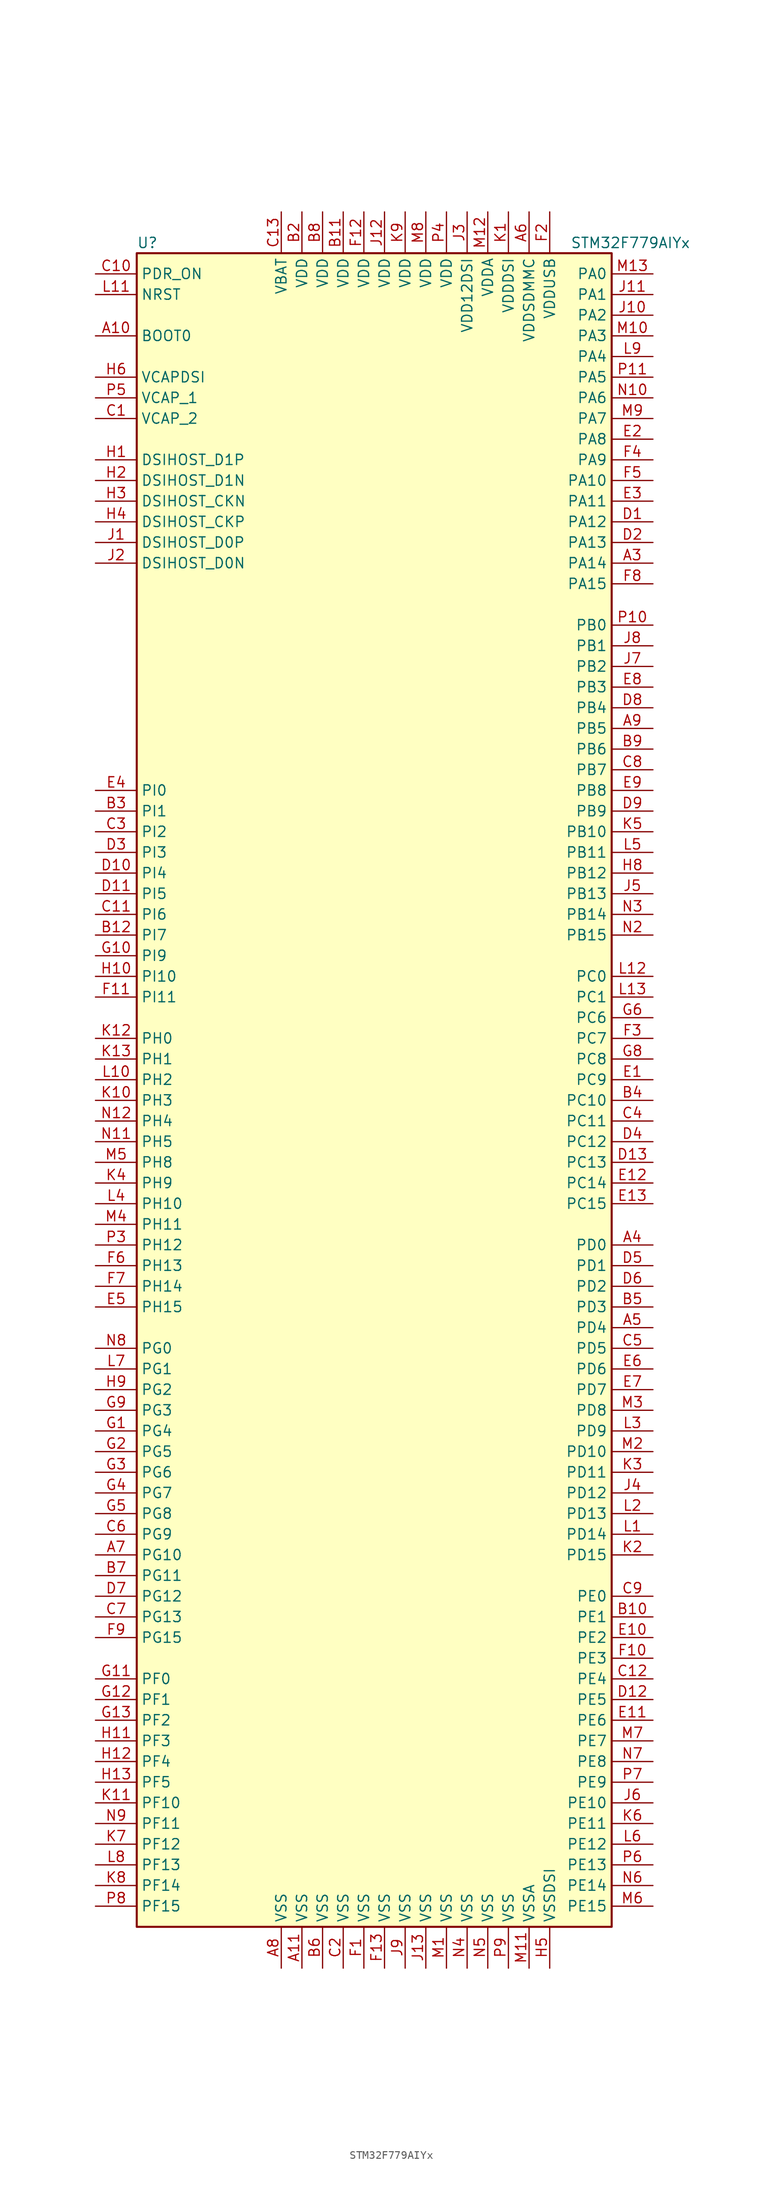
<source format=kicad_sym>
(kicad_symbol_lib
  (version 20201005)
  (generator kicad_symbol_editor)
  (symbol "STM32F779AIYx"
    (property "Reference" "U"
      (at -30.48 102.87 0)
      (effects (font (size 1.27 1.27)) (justify left)))
    (property "Value" "STM32F779AIYx"
      (at 22.86 102.87 0)
      (effects (font (size 1.27 1.27)) (justify left)))
    (symbol "STM32F779AIYx_0_1"
      (rectangle (start -30.48 -104.14) (end 27.94 101.6) (stroke (width 0.254)) (fill (type background))))
    (symbol "STM32F779AIYx_1_1"
      (pin no_connect line (at -30.48 -101.6 0) (length 5.08) hide (name "NC" (effects (font (size 1.27 1.27)))) (number "A1" (effects (font (size 1.27 1.27)))))
      (pin input line (at -35.56 91.44 0) (length 5.08) (name "BOOT0" (effects (font (size 1.27 1.27)))) (number "A10" (effects (font (size 1.27 1.27)))))
      (pin power_in line (at -10.16 -109.22 90) (length 5.08) (name "VSS" (effects (font (size 1.27 1.27)))) (number "A11" (effects (font (size 1.27 1.27)))))
      (pin no_connect line (at -30.48 -96.52 0) (length 5.08) hide (name "NC" (effects (font (size 1.27 1.27)))) (number "A12" (effects (font (size 1.27 1.27)))))
      (pin no_connect line (at -30.48 -93.98 0) (length 5.08) hide (name "NC" (effects (font (size 1.27 1.27)))) (number "A13" (effects (font (size 1.27 1.27)))))
      (pin no_connect line (at -30.48 -99.06 0) (length 5.08) hide (name "NC" (effects (font (size 1.27 1.27)))) (number "A2" (effects (font (size 1.27 1.27)))))
      (pin bidirectional line (at 33.02 63.5 180) (length 5.08) (name "PA14" (effects (font (size 1.27 1.27)))) (number "A3" (effects (font (size 1.27 1.27)))))
      (pin bidirectional line (at 33.02 -20.32 180) (length 5.08) (name "PD0" (effects (font (size 1.27 1.27)))) (number "A4" (effects (font (size 1.27 1.27)))))
      (pin bidirectional line (at 33.02 -30.48 180) (length 5.08) (name "PD4" (effects (font (size 1.27 1.27)))) (number "A5" (effects (font (size 1.27 1.27)))))
      (pin power_in line (at 17.78 106.68 270) (length 5.08) (name "VDDSDMMC" (effects (font (size 1.27 1.27)))) (number "A6" (effects (font (size 1.27 1.27)))))
      (pin bidirectional line (at -35.56 -58.42 0) (length 5.08) (name "PG10" (effects (font (size 1.27 1.27)))) (number "A7" (effects (font (size 1.27 1.27)))))
      (pin power_in line (at -12.7 -109.22 90) (length 5.08) (name "VSS" (effects (font (size 1.27 1.27)))) (number "A8" (effects (font (size 1.27 1.27)))))
      (pin bidirectional line (at 33.02 43.18 180) (length 5.08) (name "PB5" (effects (font (size 1.27 1.27)))) (number "A9" (effects (font (size 1.27 1.27)))))
      (pin no_connect line (at -30.48 -91.44 0) (length 5.08) hide (name "NC" (effects (font (size 1.27 1.27)))) (number "B1" (effects (font (size 1.27 1.27)))))
      (pin bidirectional line (at 33.02 -66.04 180) (length 5.08) (name "PE1" (effects (font (size 1.27 1.27)))) (number "B10" (effects (font (size 1.27 1.27)))))
      (pin power_in line (at -5.08 106.68 270) (length 5.08) (name "VDD" (effects (font (size 1.27 1.27)))) (number "B11" (effects (font (size 1.27 1.27)))))
      (pin bidirectional line (at -35.56 17.78 0) (length 5.08) (name "PI7" (effects (font (size 1.27 1.27)))) (number "B12" (effects (font (size 1.27 1.27)))))
      (pin no_connect line (at -30.48 -88.9 0) (length 5.08) hide (name "NC" (effects (font (size 1.27 1.27)))) (number "B13" (effects (font (size 1.27 1.27)))))
      (pin power_in line (at -10.16 106.68 270) (length 5.08) (name "VDD" (effects (font (size 1.27 1.27)))) (number "B2" (effects (font (size 1.27 1.27)))))
      (pin bidirectional line (at -35.56 33.02 0) (length 5.08) (name "PI1" (effects (font (size 1.27 1.27)))) (number "B3" (effects (font (size 1.27 1.27)))))
      (pin bidirectional line (at 33.02 -2.54 180) (length 5.08) (name "PC10" (effects (font (size 1.27 1.27)))) (number "B4" (effects (font (size 1.27 1.27)))))
      (pin bidirectional line (at 33.02 -27.94 180) (length 5.08) (name "PD3" (effects (font (size 1.27 1.27)))) (number "B5" (effects (font (size 1.27 1.27)))))
      (pin power_in line (at -7.62 -109.22 90) (length 5.08) (name "VSS" (effects (font (size 1.27 1.27)))) (number "B6" (effects (font (size 1.27 1.27)))))
      (pin bidirectional line (at -35.56 -60.96 0) (length 5.08) (name "PG11" (effects (font (size 1.27 1.27)))) (number "B7" (effects (font (size 1.27 1.27)))))
      (pin power_in line (at -7.62 106.68 270) (length 5.08) (name "VDD" (effects (font (size 1.27 1.27)))) (number "B8" (effects (font (size 1.27 1.27)))))
      (pin bidirectional line (at 33.02 40.64 180) (length 5.08) (name "PB6" (effects (font (size 1.27 1.27)))) (number "B9" (effects (font (size 1.27 1.27)))))
      (pin power_in line (at -35.56 81.28 0) (length 5.08) (name "VCAP_2" (effects (font (size 1.27 1.27)))) (number "C1" (effects (font (size 1.27 1.27)))))
      (pin input line (at -35.56 99.06 0) (length 5.08) (name "PDR_ON" (effects (font (size 1.27 1.27)))) (number "C10" (effects (font (size 1.27 1.27)))))
      (pin bidirectional line (at -35.56 20.32 0) (length 5.08) (name "PI6" (effects (font (size 1.27 1.27)))) (number "C11" (effects (font (size 1.27 1.27)))))
      (pin bidirectional line (at 33.02 -73.66 180) (length 5.08) (name "PE4" (effects (font (size 1.27 1.27)))) (number "C12" (effects (font (size 1.27 1.27)))))
      (pin power_in line (at -12.7 106.68 270) (length 5.08) (name "VBAT" (effects (font (size 1.27 1.27)))) (number "C13" (effects (font (size 1.27 1.27)))))
      (pin power_in line (at -5.08 -109.22 90) (length 5.08) (name "VSS" (effects (font (size 1.27 1.27)))) (number "C2" (effects (font (size 1.27 1.27)))))
      (pin bidirectional line (at -35.56 30.48 0) (length 5.08) (name "PI2" (effects (font (size 1.27 1.27)))) (number "C3" (effects (font (size 1.27 1.27)))))
      (pin bidirectional line (at 33.02 -5.08 180) (length 5.08) (name "PC11" (effects (font (size 1.27 1.27)))) (number "C4" (effects (font (size 1.27 1.27)))))
      (pin bidirectional line (at 33.02 -33.02 180) (length 5.08) (name "PD5" (effects (font (size 1.27 1.27)))) (number "C5" (effects (font (size 1.27 1.27)))))
      (pin bidirectional line (at -35.56 -55.88 0) (length 5.08) (name "PG9" (effects (font (size 1.27 1.27)))) (number "C6" (effects (font (size 1.27 1.27)))))
      (pin bidirectional line (at -35.56 -66.04 0) (length 5.08) (name "PG13" (effects (font (size 1.27 1.27)))) (number "C7" (effects (font (size 1.27 1.27)))))
      (pin bidirectional line (at 33.02 38.1 180) (length 5.08) (name "PB7" (effects (font (size 1.27 1.27)))) (number "C8" (effects (font (size 1.27 1.27)))))
      (pin bidirectional line (at 33.02 -63.5 180) (length 5.08) (name "PE0" (effects (font (size 1.27 1.27)))) (number "C9" (effects (font (size 1.27 1.27)))))
      (pin bidirectional line (at 33.02 68.58 180) (length 5.08) (name "PA12" (effects (font (size 1.27 1.27)))) (number "D1" (effects (font (size 1.27 1.27)))))
      (pin bidirectional line (at -35.56 25.4 0) (length 5.08) (name "PI4" (effects (font (size 1.27 1.27)))) (number "D10" (effects (font (size 1.27 1.27)))))
      (pin bidirectional line (at -35.56 22.86 0) (length 5.08) (name "PI5" (effects (font (size 1.27 1.27)))) (number "D11" (effects (font (size 1.27 1.27)))))
      (pin bidirectional line (at 33.02 -76.2 180) (length 5.08) (name "PE5" (effects (font (size 1.27 1.27)))) (number "D12" (effects (font (size 1.27 1.27)))))
      (pin bidirectional line (at 33.02 -10.16 180) (length 5.08) (name "PC13" (effects (font (size 1.27 1.27)))) (number "D13" (effects (font (size 1.27 1.27)))))
      (pin bidirectional line (at 33.02 66.04 180) (length 5.08) (name "PA13" (effects (font (size 1.27 1.27)))) (number "D2" (effects (font (size 1.27 1.27)))))
      (pin bidirectional line (at -35.56 27.94 0) (length 5.08) (name "PI3" (effects (font (size 1.27 1.27)))) (number "D3" (effects (font (size 1.27 1.27)))))
      (pin bidirectional line (at 33.02 -7.62 180) (length 5.08) (name "PC12" (effects (font (size 1.27 1.27)))) (number "D4" (effects (font (size 1.27 1.27)))))
      (pin bidirectional line (at 33.02 -22.86 180) (length 5.08) (name "PD1" (effects (font (size 1.27 1.27)))) (number "D5" (effects (font (size 1.27 1.27)))))
      (pin bidirectional line (at 33.02 -25.4 180) (length 5.08) (name "PD2" (effects (font (size 1.27 1.27)))) (number "D6" (effects (font (size 1.27 1.27)))))
      (pin bidirectional line (at -35.56 -63.5 0) (length 5.08) (name "PG12" (effects (font (size 1.27 1.27)))) (number "D7" (effects (font (size 1.27 1.27)))))
      (pin bidirectional line (at 33.02 45.72 180) (length 5.08) (name "PB4" (effects (font (size 1.27 1.27)))) (number "D8" (effects (font (size 1.27 1.27)))))
      (pin bidirectional line (at 33.02 33.02 180) (length 5.08) (name "PB9" (effects (font (size 1.27 1.27)))) (number "D9" (effects (font (size 1.27 1.27)))))
      (pin bidirectional line (at 33.02 0 180) (length 5.08) (name "PC9" (effects (font (size 1.27 1.27)))) (number "E1" (effects (font (size 1.27 1.27)))))
      (pin bidirectional line (at 33.02 -68.58 180) (length 5.08) (name "PE2" (effects (font (size 1.27 1.27)))) (number "E10" (effects (font (size 1.27 1.27)))))
      (pin bidirectional line (at 33.02 -78.74 180) (length 5.08) (name "PE6" (effects (font (size 1.27 1.27)))) (number "E11" (effects (font (size 1.27 1.27)))))
      (pin bidirectional line (at 33.02 -12.7 180) (length 5.08) (name "PC14" (effects (font (size 1.27 1.27)))) (number "E12" (effects (font (size 1.27 1.27)))))
      (pin bidirectional line (at 33.02 -15.24 180) (length 5.08) (name "PC15" (effects (font (size 1.27 1.27)))) (number "E13" (effects (font (size 1.27 1.27)))))
      (pin bidirectional line (at 33.02 78.74 180) (length 5.08) (name "PA8" (effects (font (size 1.27 1.27)))) (number "E2" (effects (font (size 1.27 1.27)))))
      (pin bidirectional line (at 33.02 71.12 180) (length 5.08) (name "PA11" (effects (font (size 1.27 1.27)))) (number "E3" (effects (font (size 1.27 1.27)))))
      (pin bidirectional line (at -35.56 35.56 0) (length 5.08) (name "PI0" (effects (font (size 1.27 1.27)))) (number "E4" (effects (font (size 1.27 1.27)))))
      (pin bidirectional line (at -35.56 -27.94 0) (length 5.08) (name "PH15" (effects (font (size 1.27 1.27)))) (number "E5" (effects (font (size 1.27 1.27)))))
      (pin bidirectional line (at 33.02 -35.56 180) (length 5.08) (name "PD6" (effects (font (size 1.27 1.27)))) (number "E6" (effects (font (size 1.27 1.27)))))
      (pin bidirectional line (at 33.02 -38.1 180) (length 5.08) (name "PD7" (effects (font (size 1.27 1.27)))) (number "E7" (effects (font (size 1.27 1.27)))))
      (pin bidirectional line (at 33.02 48.26 180) (length 5.08) (name "PB3" (effects (font (size 1.27 1.27)))) (number "E8" (effects (font (size 1.27 1.27)))))
      (pin bidirectional line (at 33.02 35.56 180) (length 5.08) (name "PB8" (effects (font (size 1.27 1.27)))) (number "E9" (effects (font (size 1.27 1.27)))))
      (pin power_in line (at -2.54 -109.22 90) (length 5.08) (name "VSS" (effects (font (size 1.27 1.27)))) (number "F1" (effects (font (size 1.27 1.27)))))
      (pin bidirectional line (at 33.02 -71.12 180) (length 5.08) (name "PE3" (effects (font (size 1.27 1.27)))) (number "F10" (effects (font (size 1.27 1.27)))))
      (pin bidirectional line (at -35.56 10.16 0) (length 5.08) (name "PI11" (effects (font (size 1.27 1.27)))) (number "F11" (effects (font (size 1.27 1.27)))))
      (pin power_in line (at -2.54 106.68 270) (length 5.08) (name "VDD" (effects (font (size 1.27 1.27)))) (number "F12" (effects (font (size 1.27 1.27)))))
      (pin power_in line (at 0 -109.22 90) (length 5.08) (name "VSS" (effects (font (size 1.27 1.27)))) (number "F13" (effects (font (size 1.27 1.27)))))
      (pin power_in line (at 20.32 106.68 270) (length 5.08) (name "VDDUSB" (effects (font (size 1.27 1.27)))) (number "F2" (effects (font (size 1.27 1.27)))))
      (pin bidirectional line (at 33.02 5.08 180) (length 5.08) (name "PC7" (effects (font (size 1.27 1.27)))) (number "F3" (effects (font (size 1.27 1.27)))))
      (pin bidirectional line (at 33.02 76.2 180) (length 5.08) (name "PA9" (effects (font (size 1.27 1.27)))) (number "F4" (effects (font (size 1.27 1.27)))))
      (pin bidirectional line (at 33.02 73.66 180) (length 5.08) (name "PA10" (effects (font (size 1.27 1.27)))) (number "F5" (effects (font (size 1.27 1.27)))))
      (pin bidirectional line (at -35.56 -22.86 0) (length 5.08) (name "PH13" (effects (font (size 1.27 1.27)))) (number "F6" (effects (font (size 1.27 1.27)))))
      (pin bidirectional line (at -35.56 -25.4 0) (length 5.08) (name "PH14" (effects (font (size 1.27 1.27)))) (number "F7" (effects (font (size 1.27 1.27)))))
      (pin bidirectional line (at 33.02 60.96 180) (length 5.08) (name "PA15" (effects (font (size 1.27 1.27)))) (number "F8" (effects (font (size 1.27 1.27)))))
      (pin bidirectional line (at -35.56 -68.58 0) (length 5.08) (name "PG15" (effects (font (size 1.27 1.27)))) (number "F9" (effects (font (size 1.27 1.27)))))
      (pin bidirectional line (at -35.56 -43.18 0) (length 5.08) (name "PG4" (effects (font (size 1.27 1.27)))) (number "G1" (effects (font (size 1.27 1.27)))))
      (pin bidirectional line (at -35.56 15.24 0) (length 5.08) (name "PI9" (effects (font (size 1.27 1.27)))) (number "G10" (effects (font (size 1.27 1.27)))))
      (pin bidirectional line (at -35.56 -73.66 0) (length 5.08) (name "PF0" (effects (font (size 1.27 1.27)))) (number "G11" (effects (font (size 1.27 1.27)))))
      (pin bidirectional line (at -35.56 -76.2 0) (length 5.08) (name "PF1" (effects (font (size 1.27 1.27)))) (number "G12" (effects (font (size 1.27 1.27)))))
      (pin bidirectional line (at -35.56 -78.74 0) (length 5.08) (name "PF2" (effects (font (size 1.27 1.27)))) (number "G13" (effects (font (size 1.27 1.27)))))
      (pin bidirectional line (at -35.56 -45.72 0) (length 5.08) (name "PG5" (effects (font (size 1.27 1.27)))) (number "G2" (effects (font (size 1.27 1.27)))))
      (pin bidirectional line (at -35.56 -48.26 0) (length 5.08) (name "PG6" (effects (font (size 1.27 1.27)))) (number "G3" (effects (font (size 1.27 1.27)))))
      (pin bidirectional line (at -35.56 -50.8 0) (length 5.08) (name "PG7" (effects (font (size 1.27 1.27)))) (number "G4" (effects (font (size 1.27 1.27)))))
      (pin bidirectional line (at -35.56 -53.34 0) (length 5.08) (name "PG8" (effects (font (size 1.27 1.27)))) (number "G5" (effects (font (size 1.27 1.27)))))
      (pin bidirectional line (at 33.02 7.62 180) (length 5.08) (name "PC6" (effects (font (size 1.27 1.27)))) (number "G6" (effects (font (size 1.27 1.27)))))
      (pin bidirectional line (at 33.02 2.54 180) (length 5.08) (name "PC8" (effects (font (size 1.27 1.27)))) (number "G8" (effects (font (size 1.27 1.27)))))
      (pin bidirectional line (at -35.56 -40.64 0) (length 5.08) (name "PG3" (effects (font (size 1.27 1.27)))) (number "G9" (effects (font (size 1.27 1.27)))))
      (pin bidirectional line (at -35.56 76.2 0) (length 5.08) (name "DSIHOST_D1P" (effects (font (size 1.27 1.27)))) (number "H1" (effects (font (size 1.27 1.27)))))
      (pin bidirectional line (at -35.56 12.7 0) (length 5.08) (name "PI10" (effects (font (size 1.27 1.27)))) (number "H10" (effects (font (size 1.27 1.27)))))
      (pin bidirectional line (at -35.56 -81.28 0) (length 5.08) (name "PF3" (effects (font (size 1.27 1.27)))) (number "H11" (effects (font (size 1.27 1.27)))))
      (pin bidirectional line (at -35.56 -83.82 0) (length 5.08) (name "PF4" (effects (font (size 1.27 1.27)))) (number "H12" (effects (font (size 1.27 1.27)))))
      (pin bidirectional line (at -35.56 -86.36 0) (length 5.08) (name "PF5" (effects (font (size 1.27 1.27)))) (number "H13" (effects (font (size 1.27 1.27)))))
      (pin bidirectional line (at -35.56 73.66 0) (length 5.08) (name "DSIHOST_D1N" (effects (font (size 1.27 1.27)))) (number "H2" (effects (font (size 1.27 1.27)))))
      (pin bidirectional line (at -35.56 71.12 0) (length 5.08) (name "DSIHOST_CKN" (effects (font (size 1.27 1.27)))) (number "H3" (effects (font (size 1.27 1.27)))))
      (pin bidirectional line (at -35.56 68.58 0) (length 5.08) (name "DSIHOST_CKP" (effects (font (size 1.27 1.27)))) (number "H4" (effects (font (size 1.27 1.27)))))
      (pin power_in line (at 20.32 -109.22 90) (length 5.08) (name "VSSDSI" (effects (font (size 1.27 1.27)))) (number "H5" (effects (font (size 1.27 1.27)))))
      (pin power_in line (at -35.56 86.36 0) (length 5.08) (name "VCAPDSI" (effects (font (size 1.27 1.27)))) (number "H6" (effects (font (size 1.27 1.27)))))
      (pin bidirectional line (at 33.02 25.4 180) (length 5.08) (name "PB12" (effects (font (size 1.27 1.27)))) (number "H8" (effects (font (size 1.27 1.27)))))
      (pin bidirectional line (at -35.56 -38.1 0) (length 5.08) (name "PG2" (effects (font (size 1.27 1.27)))) (number "H9" (effects (font (size 1.27 1.27)))))
      (pin bidirectional line (at -35.56 66.04 0) (length 5.08) (name "DSIHOST_D0P" (effects (font (size 1.27 1.27)))) (number "J1" (effects (font (size 1.27 1.27)))))
      (pin bidirectional line (at 33.02 93.98 180) (length 5.08) (name "PA2" (effects (font (size 1.27 1.27)))) (number "J10" (effects (font (size 1.27 1.27)))))
      (pin bidirectional line (at 33.02 96.52 180) (length 5.08) (name "PA1" (effects (font (size 1.27 1.27)))) (number "J11" (effects (font (size 1.27 1.27)))))
      (pin power_in line (at 0 106.68 270) (length 5.08) (name "VDD" (effects (font (size 1.27 1.27)))) (number "J12" (effects (font (size 1.27 1.27)))))
      (pin power_in line (at 5.08 -109.22 90) (length 5.08) (name "VSS" (effects (font (size 1.27 1.27)))) (number "J13" (effects (font (size 1.27 1.27)))))
      (pin bidirectional line (at -35.56 63.5 0) (length 5.08) (name "DSIHOST_D0N" (effects (font (size 1.27 1.27)))) (number "J2" (effects (font (size 1.27 1.27)))))
      (pin power_in line (at 10.16 106.68 270) (length 5.08) (name "VDD12DSI" (effects (font (size 1.27 1.27)))) (number "J3" (effects (font (size 1.27 1.27)))))
      (pin bidirectional line (at 33.02 -50.8 180) (length 5.08) (name "PD12" (effects (font (size 1.27 1.27)))) (number "J4" (effects (font (size 1.27 1.27)))))
      (pin bidirectional line (at 33.02 22.86 180) (length 5.08) (name "PB13" (effects (font (size 1.27 1.27)))) (number "J5" (effects (font (size 1.27 1.27)))))
      (pin bidirectional line (at 33.02 -88.9 180) (length 5.08) (name "PE10" (effects (font (size 1.27 1.27)))) (number "J6" (effects (font (size 1.27 1.27)))))
      (pin bidirectional line (at 33.02 50.8 180) (length 5.08) (name "PB2" (effects (font (size 1.27 1.27)))) (number "J7" (effects (font (size 1.27 1.27)))))
      (pin bidirectional line (at 33.02 53.34 180) (length 5.08) (name "PB1" (effects (font (size 1.27 1.27)))) (number "J8" (effects (font (size 1.27 1.27)))))
      (pin power_in line (at 2.54 -109.22 90) (length 5.08) (name "VSS" (effects (font (size 1.27 1.27)))) (number "J9" (effects (font (size 1.27 1.27)))))
      (pin power_in line (at 15.24 106.68 270) (length 5.08) (name "VDDDSI" (effects (font (size 1.27 1.27)))) (number "K1" (effects (font (size 1.27 1.27)))))
      (pin bidirectional line (at -35.56 -2.54 0) (length 5.08) (name "PH3" (effects (font (size 1.27 1.27)))) (number "K10" (effects (font (size 1.27 1.27)))))
      (pin bidirectional line (at -35.56 -88.9 0) (length 5.08) (name "PF10" (effects (font (size 1.27 1.27)))) (number "K11" (effects (font (size 1.27 1.27)))))
      (pin input line (at -35.56 5.08 0) (length 5.08) (name "PH0" (effects (font (size 1.27 1.27)))) (number "K12" (effects (font (size 1.27 1.27)))))
      (pin input line (at -35.56 2.54 0) (length 5.08) (name "PH1" (effects (font (size 1.27 1.27)))) (number "K13" (effects (font (size 1.27 1.27)))))
      (pin bidirectional line (at 33.02 -58.42 180) (length 5.08) (name "PD15" (effects (font (size 1.27 1.27)))) (number "K2" (effects (font (size 1.27 1.27)))))
      (pin bidirectional line (at 33.02 -48.26 180) (length 5.08) (name "PD11" (effects (font (size 1.27 1.27)))) (number "K3" (effects (font (size 1.27 1.27)))))
      (pin bidirectional line (at -35.56 -12.7 0) (length 5.08) (name "PH9" (effects (font (size 1.27 1.27)))) (number "K4" (effects (font (size 1.27 1.27)))))
      (pin bidirectional line (at 33.02 30.48 180) (length 5.08) (name "PB10" (effects (font (size 1.27 1.27)))) (number "K5" (effects (font (size 1.27 1.27)))))
      (pin bidirectional line (at 33.02 -91.44 180) (length 5.08) (name "PE11" (effects (font (size 1.27 1.27)))) (number "K6" (effects (font (size 1.27 1.27)))))
      (pin bidirectional line (at -35.56 -93.98 0) (length 5.08) (name "PF12" (effects (font (size 1.27 1.27)))) (number "K7" (effects (font (size 1.27 1.27)))))
      (pin bidirectional line (at -35.56 -99.06 0) (length 5.08) (name "PF14" (effects (font (size 1.27 1.27)))) (number "K8" (effects (font (size 1.27 1.27)))))
      (pin power_in line (at 2.54 106.68 270) (length 5.08) (name "VDD" (effects (font (size 1.27 1.27)))) (number "K9" (effects (font (size 1.27 1.27)))))
      (pin bidirectional line (at 33.02 -55.88 180) (length 5.08) (name "PD14" (effects (font (size 1.27 1.27)))) (number "L1" (effects (font (size 1.27 1.27)))))
      (pin bidirectional line (at -35.56 0 0) (length 5.08) (name "PH2" (effects (font (size 1.27 1.27)))) (number "L10" (effects (font (size 1.27 1.27)))))
      (pin input line (at -35.56 96.52 0) (length 5.08) (name "NRST" (effects (font (size 1.27 1.27)))) (number "L11" (effects (font (size 1.27 1.27)))))
      (pin bidirectional line (at 33.02 12.7 180) (length 5.08) (name "PC0" (effects (font (size 1.27 1.27)))) (number "L12" (effects (font (size 1.27 1.27)))))
      (pin bidirectional line (at 33.02 10.16 180) (length 5.08) (name "PC1" (effects (font (size 1.27 1.27)))) (number "L13" (effects (font (size 1.27 1.27)))))
      (pin bidirectional line (at 33.02 -53.34 180) (length 5.08) (name "PD13" (effects (font (size 1.27 1.27)))) (number "L2" (effects (font (size 1.27 1.27)))))
      (pin bidirectional line (at 33.02 -43.18 180) (length 5.08) (name "PD9" (effects (font (size 1.27 1.27)))) (number "L3" (effects (font (size 1.27 1.27)))))
      (pin bidirectional line (at -35.56 -15.24 0) (length 5.08) (name "PH10" (effects (font (size 1.27 1.27)))) (number "L4" (effects (font (size 1.27 1.27)))))
      (pin bidirectional line (at 33.02 27.94 180) (length 5.08) (name "PB11" (effects (font (size 1.27 1.27)))) (number "L5" (effects (font (size 1.27 1.27)))))
      (pin bidirectional line (at 33.02 -93.98 180) (length 5.08) (name "PE12" (effects (font (size 1.27 1.27)))) (number "L6" (effects (font (size 1.27 1.27)))))
      (pin bidirectional line (at -35.56 -35.56 0) (length 5.08) (name "PG1" (effects (font (size 1.27 1.27)))) (number "L7" (effects (font (size 1.27 1.27)))))
      (pin bidirectional line (at -35.56 -96.52 0) (length 5.08) (name "PF13" (effects (font (size 1.27 1.27)))) (number "L8" (effects (font (size 1.27 1.27)))))
      (pin bidirectional line (at 33.02 88.9 180) (length 5.08) (name "PA4" (effects (font (size 1.27 1.27)))) (number "L9" (effects (font (size 1.27 1.27)))))
      (pin power_in line (at 7.62 -109.22 90) (length 5.08) (name "VSS" (effects (font (size 1.27 1.27)))) (number "M1" (effects (font (size 1.27 1.27)))))
      (pin bidirectional line (at 33.02 91.44 180) (length 5.08) (name "PA3" (effects (font (size 1.27 1.27)))) (number "M10" (effects (font (size 1.27 1.27)))))
      (pin power_in line (at 17.78 -109.22 90) (length 5.08) (name "VSSA" (effects (font (size 1.27 1.27)))) (number "M11" (effects (font (size 1.27 1.27)))))
      (pin power_in line (at 12.7 106.68 270) (length 5.08) (name "VDDA" (effects (font (size 1.27 1.27)))) (number "M12" (effects (font (size 1.27 1.27)))))
      (pin bidirectional line (at 33.02 99.06 180) (length 5.08) (name "PA0" (effects (font (size 1.27 1.27)))) (number "M13" (effects (font (size 1.27 1.27)))))
      (pin bidirectional line (at 33.02 -45.72 180) (length 5.08) (name "PD10" (effects (font (size 1.27 1.27)))) (number "M2" (effects (font (size 1.27 1.27)))))
      (pin bidirectional line (at 33.02 -40.64 180) (length 5.08) (name "PD8" (effects (font (size 1.27 1.27)))) (number "M3" (effects (font (size 1.27 1.27)))))
      (pin bidirectional line (at -35.56 -17.78 0) (length 5.08) (name "PH11" (effects (font (size 1.27 1.27)))) (number "M4" (effects (font (size 1.27 1.27)))))
      (pin bidirectional line (at -35.56 -10.16 0) (length 5.08) (name "PH8" (effects (font (size 1.27 1.27)))) (number "M5" (effects (font (size 1.27 1.27)))))
      (pin bidirectional line (at 33.02 -101.6 180) (length 5.08) (name "PE15" (effects (font (size 1.27 1.27)))) (number "M6" (effects (font (size 1.27 1.27)))))
      (pin bidirectional line (at 33.02 -81.28 180) (length 5.08) (name "PE7" (effects (font (size 1.27 1.27)))) (number "M7" (effects (font (size 1.27 1.27)))))
      (pin power_in line (at 5.08 106.68 270) (length 5.08) (name "VDD" (effects (font (size 1.27 1.27)))) (number "M8" (effects (font (size 1.27 1.27)))))
      (pin bidirectional line (at 33.02 81.28 180) (length 5.08) (name "PA7" (effects (font (size 1.27 1.27)))) (number "M9" (effects (font (size 1.27 1.27)))))
      (pin no_connect line (at -30.48 -86.36 0) (length 5.08) hide (name "NC" (effects (font (size 1.27 1.27)))) (number "N1" (effects (font (size 1.27 1.27)))))
      (pin bidirectional line (at 33.02 83.82 180) (length 5.08) (name "PA6" (effects (font (size 1.27 1.27)))) (number "N10" (effects (font (size 1.27 1.27)))))
      (pin bidirectional line (at -35.56 -7.62 0) (length 5.08) (name "PH5" (effects (font (size 1.27 1.27)))) (number "N11" (effects (font (size 1.27 1.27)))))
      (pin bidirectional line (at -35.56 -5.08 0) (length 5.08) (name "PH4" (effects (font (size 1.27 1.27)))) (number "N12" (effects (font (size 1.27 1.27)))))
      (pin no_connect line (at -30.48 -83.82 0) (length 5.08) hide (name "NC" (effects (font (size 1.27 1.27)))) (number "N13" (effects (font (size 1.27 1.27)))))
      (pin bidirectional line (at 33.02 17.78 180) (length 5.08) (name "PB15" (effects (font (size 1.27 1.27)))) (number "N2" (effects (font (size 1.27 1.27)))))
      (pin bidirectional line (at 33.02 20.32 180) (length 5.08) (name "PB14" (effects (font (size 1.27 1.27)))) (number "N3" (effects (font (size 1.27 1.27)))))
      (pin power_in line (at 10.16 -109.22 90) (length 5.08) (name "VSS" (effects (font (size 1.27 1.27)))) (number "N4" (effects (font (size 1.27 1.27)))))
      (pin power_in line (at 12.7 -109.22 90) (length 5.08) (name "VSS" (effects (font (size 1.27 1.27)))) (number "N5" (effects (font (size 1.27 1.27)))))
      (pin bidirectional line (at 33.02 -99.06 180) (length 5.08) (name "PE14" (effects (font (size 1.27 1.27)))) (number "N6" (effects (font (size 1.27 1.27)))))
      (pin bidirectional line (at 33.02 -83.82 180) (length 5.08) (name "PE8" (effects (font (size 1.27 1.27)))) (number "N7" (effects (font (size 1.27 1.27)))))
      (pin bidirectional line (at -35.56 -33.02 0) (length 5.08) (name "PG0" (effects (font (size 1.27 1.27)))) (number "N8" (effects (font (size 1.27 1.27)))))
      (pin bidirectional line (at -35.56 -91.44 0) (length 5.08) (name "PF11" (effects (font (size 1.27 1.27)))) (number "N9" (effects (font (size 1.27 1.27)))))
      (pin no_connect line (at -30.48 -81.28 0) (length 5.08) hide (name "NC" (effects (font (size 1.27 1.27)))) (number "P1" (effects (font (size 1.27 1.27)))))
      (pin bidirectional line (at 33.02 55.88 180) (length 5.08) (name "PB0" (effects (font (size 1.27 1.27)))) (number "P10" (effects (font (size 1.27 1.27)))))
      (pin bidirectional line (at 33.02 86.36 180) (length 5.08) (name "PA5" (effects (font (size 1.27 1.27)))) (number "P11" (effects (font (size 1.27 1.27)))))
      (pin no_connect line (at -30.48 -76.2 0) (length 5.08) hide (name "NC" (effects (font (size 1.27 1.27)))) (number "P12" (effects (font (size 1.27 1.27)))))
      (pin no_connect line (at -30.48 -73.66 0) (length 5.08) hide (name "NC" (effects (font (size 1.27 1.27)))) (number "P13" (effects (font (size 1.27 1.27)))))
      (pin no_connect line (at -30.48 -78.74 0) (length 5.08) hide (name "NC" (effects (font (size 1.27 1.27)))) (number "P2" (effects (font (size 1.27 1.27)))))
      (pin bidirectional line (at -35.56 -20.32 0) (length 5.08) (name "PH12" (effects (font (size 1.27 1.27)))) (number "P3" (effects (font (size 1.27 1.27)))))
      (pin power_in line (at 7.62 106.68 270) (length 5.08) (name "VDD" (effects (font (size 1.27 1.27)))) (number "P4" (effects (font (size 1.27 1.27)))))
      (pin power_in line (at -35.56 83.82 0) (length 5.08) (name "VCAP_1" (effects (font (size 1.27 1.27)))) (number "P5" (effects (font (size 1.27 1.27)))))
      (pin bidirectional line (at 33.02 -96.52 180) (length 5.08) (name "PE13" (effects (font (size 1.27 1.27)))) (number "P6" (effects (font (size 1.27 1.27)))))
      (pin bidirectional line (at 33.02 -86.36 180) (length 5.08) (name "PE9" (effects (font (size 1.27 1.27)))) (number "P7" (effects (font (size 1.27 1.27)))))
      (pin bidirectional line (at -35.56 -101.6 0) (length 5.08) (name "PF15" (effects (font (size 1.27 1.27)))) (number "P8" (effects (font (size 1.27 1.27)))))
      (pin power_in line (at 15.24 -109.22 90) (length 5.08) (name "VSS" (effects (font (size 1.27 1.27)))) (number "P9" (effects (font (size 1.27 1.27))))))))
</source>
